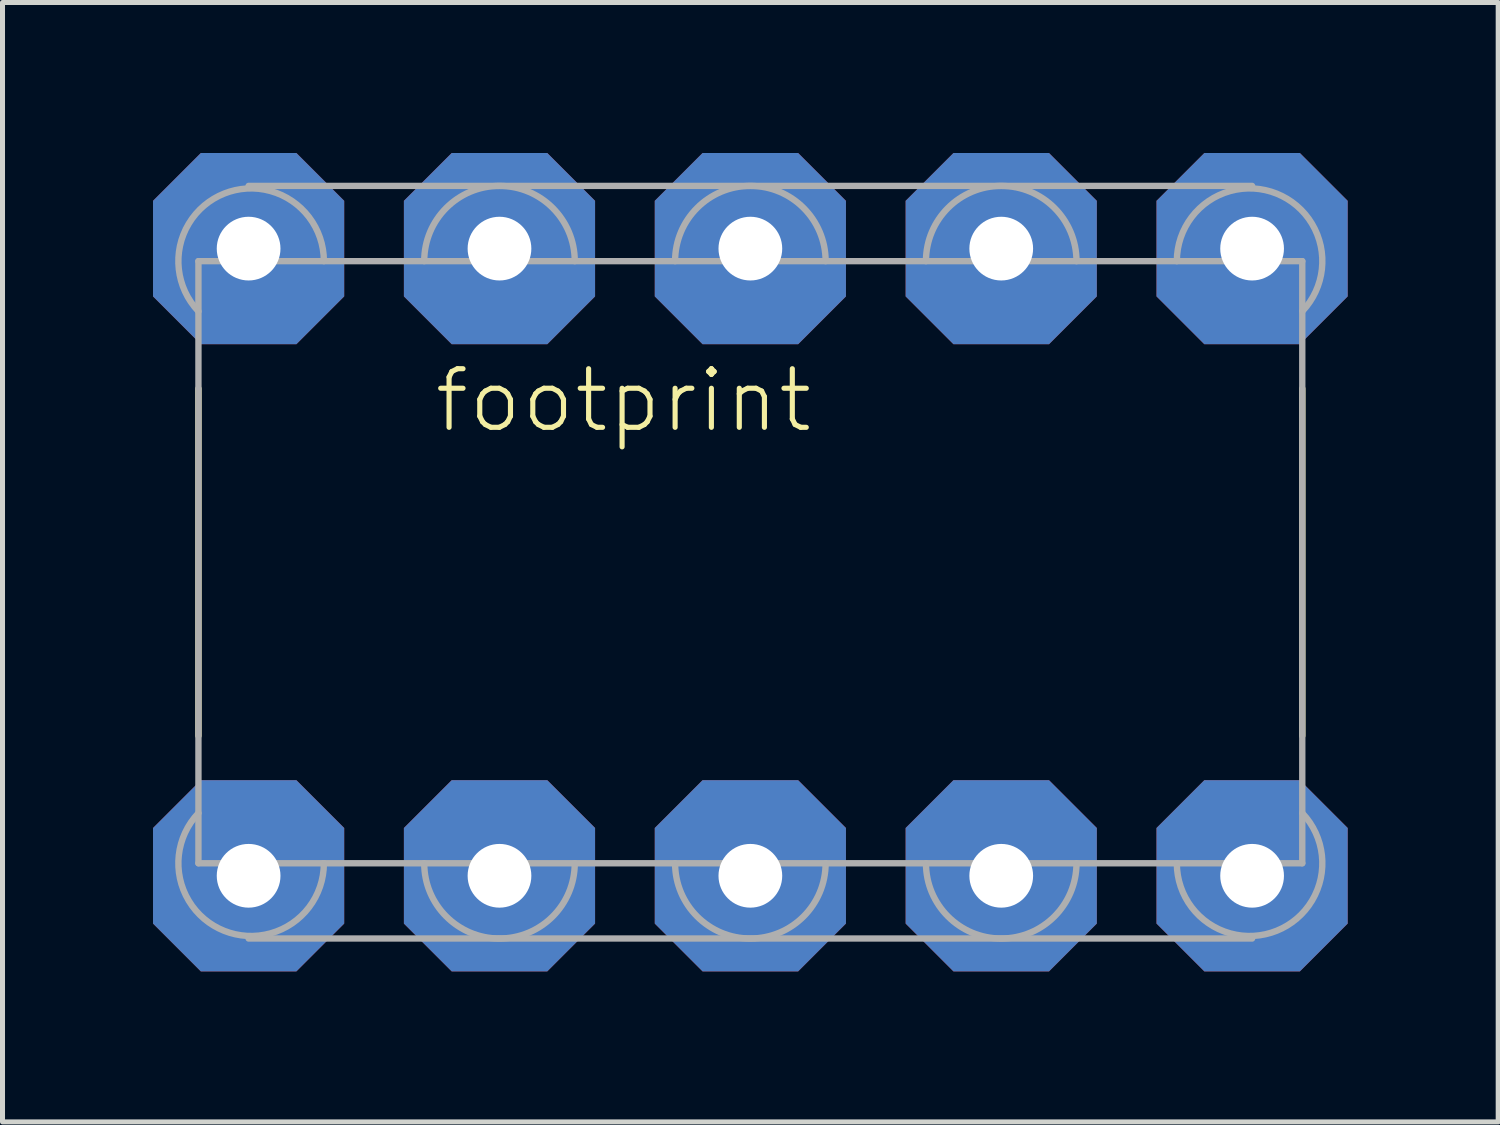
<source format=kicad_pcb>
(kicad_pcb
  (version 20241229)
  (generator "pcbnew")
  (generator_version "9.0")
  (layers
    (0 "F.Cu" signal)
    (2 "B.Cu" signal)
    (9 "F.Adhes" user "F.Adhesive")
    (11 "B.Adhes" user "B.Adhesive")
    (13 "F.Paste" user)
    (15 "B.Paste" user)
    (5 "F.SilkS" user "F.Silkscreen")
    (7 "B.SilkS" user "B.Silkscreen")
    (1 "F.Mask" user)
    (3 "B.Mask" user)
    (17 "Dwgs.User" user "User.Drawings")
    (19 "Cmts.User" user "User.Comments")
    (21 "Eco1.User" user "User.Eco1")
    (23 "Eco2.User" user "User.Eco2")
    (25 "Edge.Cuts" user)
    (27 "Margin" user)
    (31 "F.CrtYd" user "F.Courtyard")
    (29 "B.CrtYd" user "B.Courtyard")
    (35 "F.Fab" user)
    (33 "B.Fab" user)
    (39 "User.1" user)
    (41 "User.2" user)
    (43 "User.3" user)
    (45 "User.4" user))
  (footprint "footprint"
    (layer "F.Cu")
    (at 11.905 8.155)
    (property "Reference" "footprint" (at -6.35 -2.54 0) (layer "F.SilkS") (effects (font (size 1.168 1.168) (thickness 0.102)) (justify left bottom)))
    (fp_line (start -11 3.46) (end -11 -3.46) (stroke (width 0.127) (type solid)) (layer "F.SilkS"))
    (fp_line (start 11 -3.46) (end 11 3.46) (stroke (width 0.127) (type solid)) (layer "F.SilkS"))
    (fp_line (start -11 -6) (end 11 -6) (stroke (width 0.127) (type solid)) (layer "F.Fab"))
    (fp_line (start -11 6) (end -11 -6) (stroke (width 0.127) (type solid)) (layer "F.Fab"))
    (fp_line (start -10 -7.5) (end 10 -7.5) (stroke (width 0.127) (type solid)) (layer "F.Fab"))
    (fp_line (start -10 7.5) (end 10 7.5) (stroke (width 0.127) (type solid)) (layer "F.Fab"))
    (fp_line (start 11 -6) (end 11 6) (stroke (width 0.127) (type solid)) (layer "F.Fab"))
    (fp_line (start 11 6) (end -11 6) (stroke (width 0.127) (type solid)) (layer "F.Fab"))
    (fp_arc (start -11 -5) (mid -10.488516 -7.346291) (end -8.5 -6) (stroke (width 0.127) (type solid)) (layer "F.Fab"))
    (fp_arc (start -8.5 6) (mid -10.488516 7.346291) (end -11 5) (stroke (width 0.127) (type solid)) (layer "F.Fab"))
    (fp_arc (start -6.5 -6) (mid -5 -7.5) (end -3.5 -6) (stroke (width 0.127) (type solid)) (layer "F.Fab"))
    (fp_arc (start -3.5 6) (mid -5 7.5) (end -6.5 6) (stroke (width 0.127) (type solid)) (layer "F.Fab"))
    (fp_arc (start -1.5 -6) (mid 0 -7.5) (end 1.5 -6) (stroke (width 0.127) (type solid)) (layer "F.Fab"))
    (fp_arc (start 1.5 6) (mid 0 7.5) (end -1.5 6) (stroke (width 0.127) (type solid)) (layer "F.Fab"))
    (fp_arc (start 3.5 -6) (mid 5 -7.5) (end 6.5 -6) (stroke (width 0.127) (type solid)) (layer "F.Fab"))
    (fp_arc (start 6.5 6) (mid 5 7.5) (end 3.5 6) (stroke (width 0.127) (type solid)) (layer "F.Fab"))
    (fp_arc (start 8.5 -6) (mid 10.488516 -7.346291) (end 11 -5) (stroke (width 0.127) (type solid)) (layer "F.Fab"))
    (fp_arc (start 11 5) (mid 10.488516 7.346291) (end 8.5 6) (stroke (width 0.127) (type solid)) (layer "F.Fab"))
    (pad "1" thru_hole roundrect (at -10 6.25) (size 3.81 3.81) (drill 1.27) (layers "*.Cu" "*.Mask") (roundrect_rratio 0.25) (chamfer_ratio 0.25) (chamfer top_left top_right bottom_left bottom_right))
    (pad "2" thru_hole roundrect (at -5 6.25) (size 3.81 3.81) (drill 1.27) (layers "*.Cu" "*.Mask") (roundrect_rratio 0.25) (chamfer_ratio 0.25) (chamfer top_left top_right bottom_left bottom_right))
    (pad "3" thru_hole roundrect (at 0 6.25) (size 3.81 3.81) (drill 1.27) (layers "*.Cu" "*.Mask") (roundrect_rratio 0.25) (chamfer_ratio 0.25) (chamfer top_left top_right bottom_left bottom_right))
    (pad "4" thru_hole roundrect (at 5 6.25) (size 3.81 3.81) (drill 1.27) (layers "*.Cu" "*.Mask") (roundrect_rratio 0.25) (chamfer_ratio 0.25) (chamfer top_left top_right bottom_left bottom_right))
    (pad "5" thru_hole roundrect (at 10 6.25) (size 3.81 3.81) (drill 1.27) (layers "*.Cu" "*.Mask") (roundrect_rratio 0.25) (chamfer_ratio 0.25) (chamfer top_left top_right bottom_left bottom_right))
    (pad "6" thru_hole roundrect (at 10 -6.25) (size 3.81 3.81) (drill 1.27) (layers "*.Cu" "*.Mask") (roundrect_rratio 0.25) (chamfer_ratio 0.25) (chamfer top_left top_right bottom_left bottom_right))
    (pad "7" thru_hole roundrect (at 5 -6.25) (size 3.81 3.81) (drill 1.27) (layers "*.Cu" "*.Mask") (roundrect_rratio 0.25) (chamfer_ratio 0.25) (chamfer top_left top_right bottom_left bottom_right))
    (pad "8" thru_hole roundrect (at 0 -6.25) (size 3.81 3.81) (drill 1.27) (layers "*.Cu" "*.Mask") (roundrect_rratio 0.25) (chamfer_ratio 0.25) (chamfer top_left top_right bottom_left bottom_right))
    (pad "9" thru_hole roundrect (at -5 -6.25) (size 3.81 3.81) (drill 1.27) (layers "*.Cu" "*.Mask") (roundrect_rratio 0.25) (chamfer_ratio 0.25) (chamfer top_left top_right bottom_left bottom_right))
    (pad "10" thru_hole roundrect (at -10 -6.25) (size 3.81 3.81) (drill 1.27) (layers "*.Cu" "*.Mask") (roundrect_rratio 0.25) (chamfer_ratio 0.25) (chamfer top_left top_right bottom_left bottom_right)))
  (gr_rect
    (start -3 -3)
    (end 26.81 19.31)
    (stroke (width 0.1) (type default))
    (fill no)
    (layer "Edge.Cuts")))
</source>
